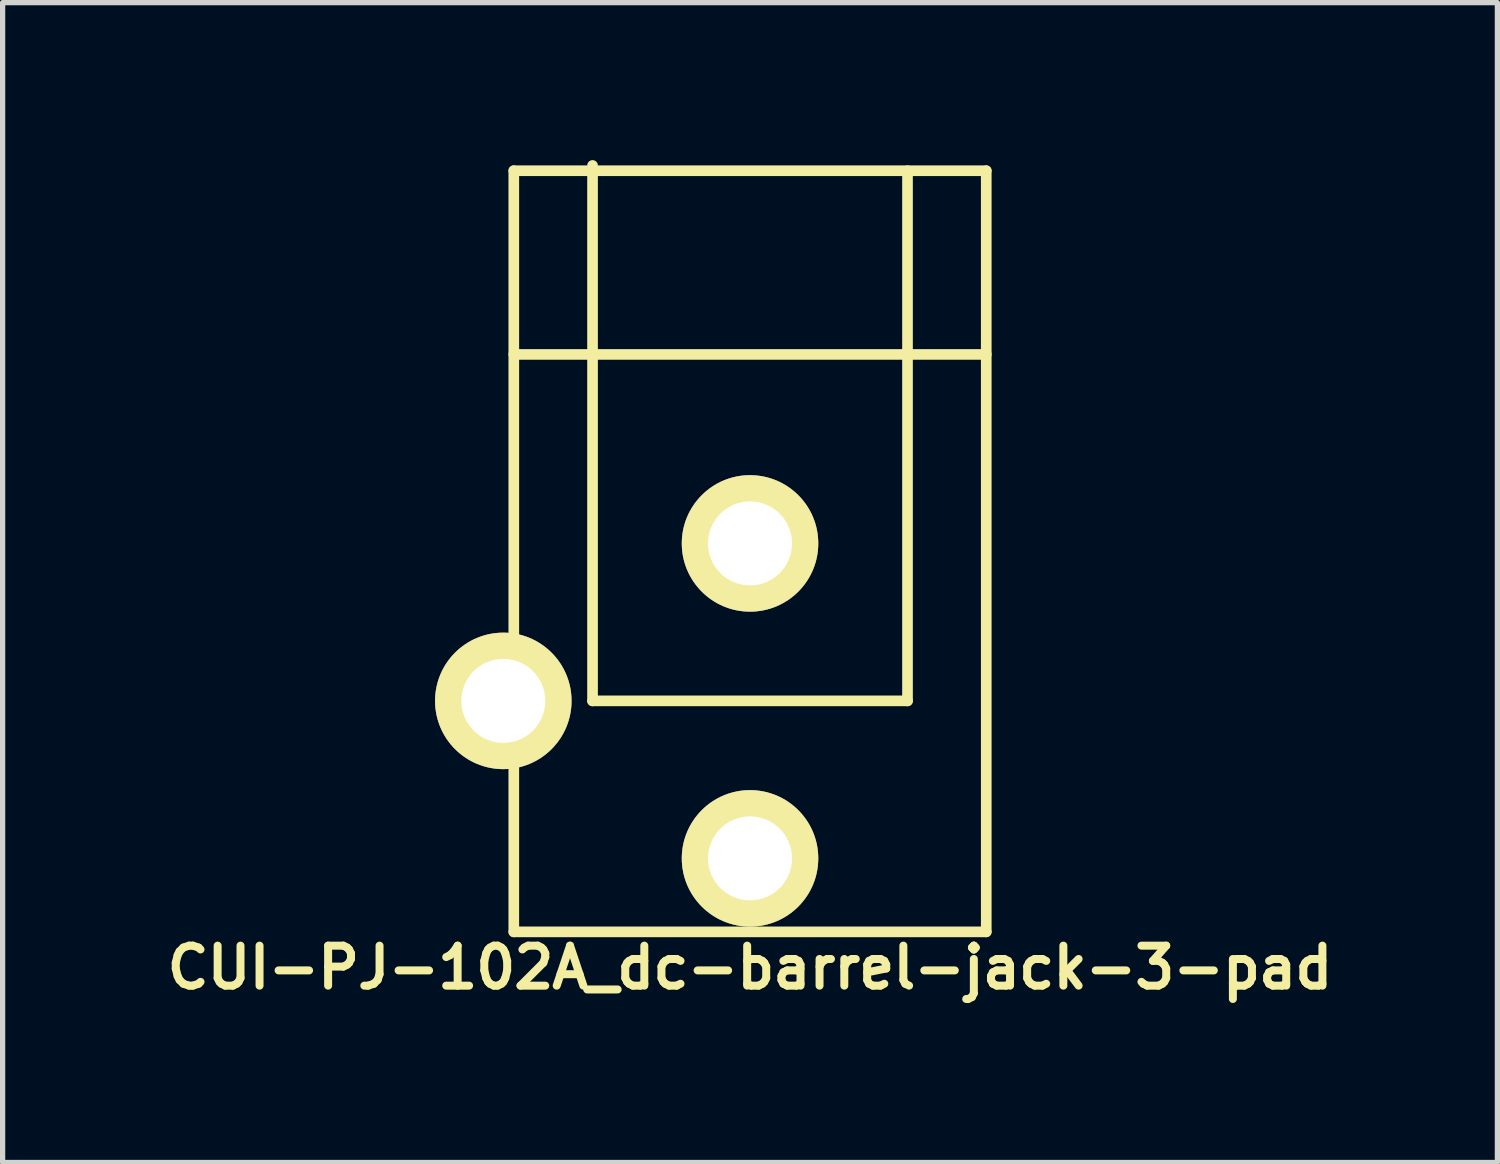
<source format=kicad_pcb>
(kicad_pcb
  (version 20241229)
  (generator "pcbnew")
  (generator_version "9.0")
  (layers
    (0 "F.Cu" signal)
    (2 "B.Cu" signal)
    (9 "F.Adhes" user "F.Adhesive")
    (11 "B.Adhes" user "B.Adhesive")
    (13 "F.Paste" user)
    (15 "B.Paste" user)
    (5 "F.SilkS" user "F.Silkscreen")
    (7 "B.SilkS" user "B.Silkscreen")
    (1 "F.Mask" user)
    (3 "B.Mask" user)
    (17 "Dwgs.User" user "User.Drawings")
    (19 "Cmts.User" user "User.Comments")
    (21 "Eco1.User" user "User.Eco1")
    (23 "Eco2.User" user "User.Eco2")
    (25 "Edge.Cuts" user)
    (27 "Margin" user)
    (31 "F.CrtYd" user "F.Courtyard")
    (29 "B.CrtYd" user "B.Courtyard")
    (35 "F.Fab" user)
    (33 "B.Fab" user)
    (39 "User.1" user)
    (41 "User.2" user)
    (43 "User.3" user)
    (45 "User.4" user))
  (footprint "CUI-PJ-102A_dc-barrel-jack-3-pad"
    (layer "F.Cu")
    (at 11.238 10.302)
    (property "Reference" "CUI-PJ-102A_dc-barrel-jack-3-pad" (at 0 5.08 0) (layer "F.SilkS") (effects (font (size 0.762 0.762) (thickness 0.152))))
    (attr through_hole)
    (fp_line (start -4.5 -10.1) (end -4.5 4.4) (stroke (width 0.203) (type solid)) (layer "F.SilkS"))
    (fp_line (start -4.5 -6.6) (end 4.5 -6.6) (stroke (width 0.203) (type solid)) (layer "F.SilkS"))
    (fp_line (start -4.5 4.4) (end 4.5 4.4) (stroke (width 0.203) (type solid)) (layer "F.SilkS"))
    (fp_line (start -3 0) (end -3 -10.2) (stroke (width 0.203) (type solid)) (layer "F.SilkS"))
    (fp_line (start 3 -10.1) (end 3 0) (stroke (width 0.203) (type solid)) (layer "F.SilkS"))
    (fp_line (start 3 0) (end -3 0) (stroke (width 0.203) (type solid)) (layer "F.SilkS"))
    (fp_line (start 4.5 -10.1) (end -4.5 -10.1) (stroke (width 0.203) (type solid)) (layer "F.SilkS"))
    (fp_line (start 4.5 4.4) (end 4.5 -10.1) (stroke (width 0.203) (type solid)) (layer "F.SilkS"))
    (pad "1" thru_hole circle (at 0 3) (size 2.6 2.6) (drill 1.6) (layers "*.Cu" "*.Mask" "F.SilkS"))
    (pad "2" thru_hole circle (at 0 -3) (size 2.6 2.6) (drill 1.6) (layers "*.Cu" "*.Mask" "F.SilkS"))
    (pad "3" thru_hole circle (at -4.7 0) (size 2.6 2.6) (drill 1.6) (layers "*.Cu" "*.Mask" "F.SilkS")))
  (gr_rect
    (start -3 -3)
    (end 25.475 19.095)
    (stroke (width 0.1) (type default))
    (fill no)
    (layer "Edge.Cuts")))
</source>
